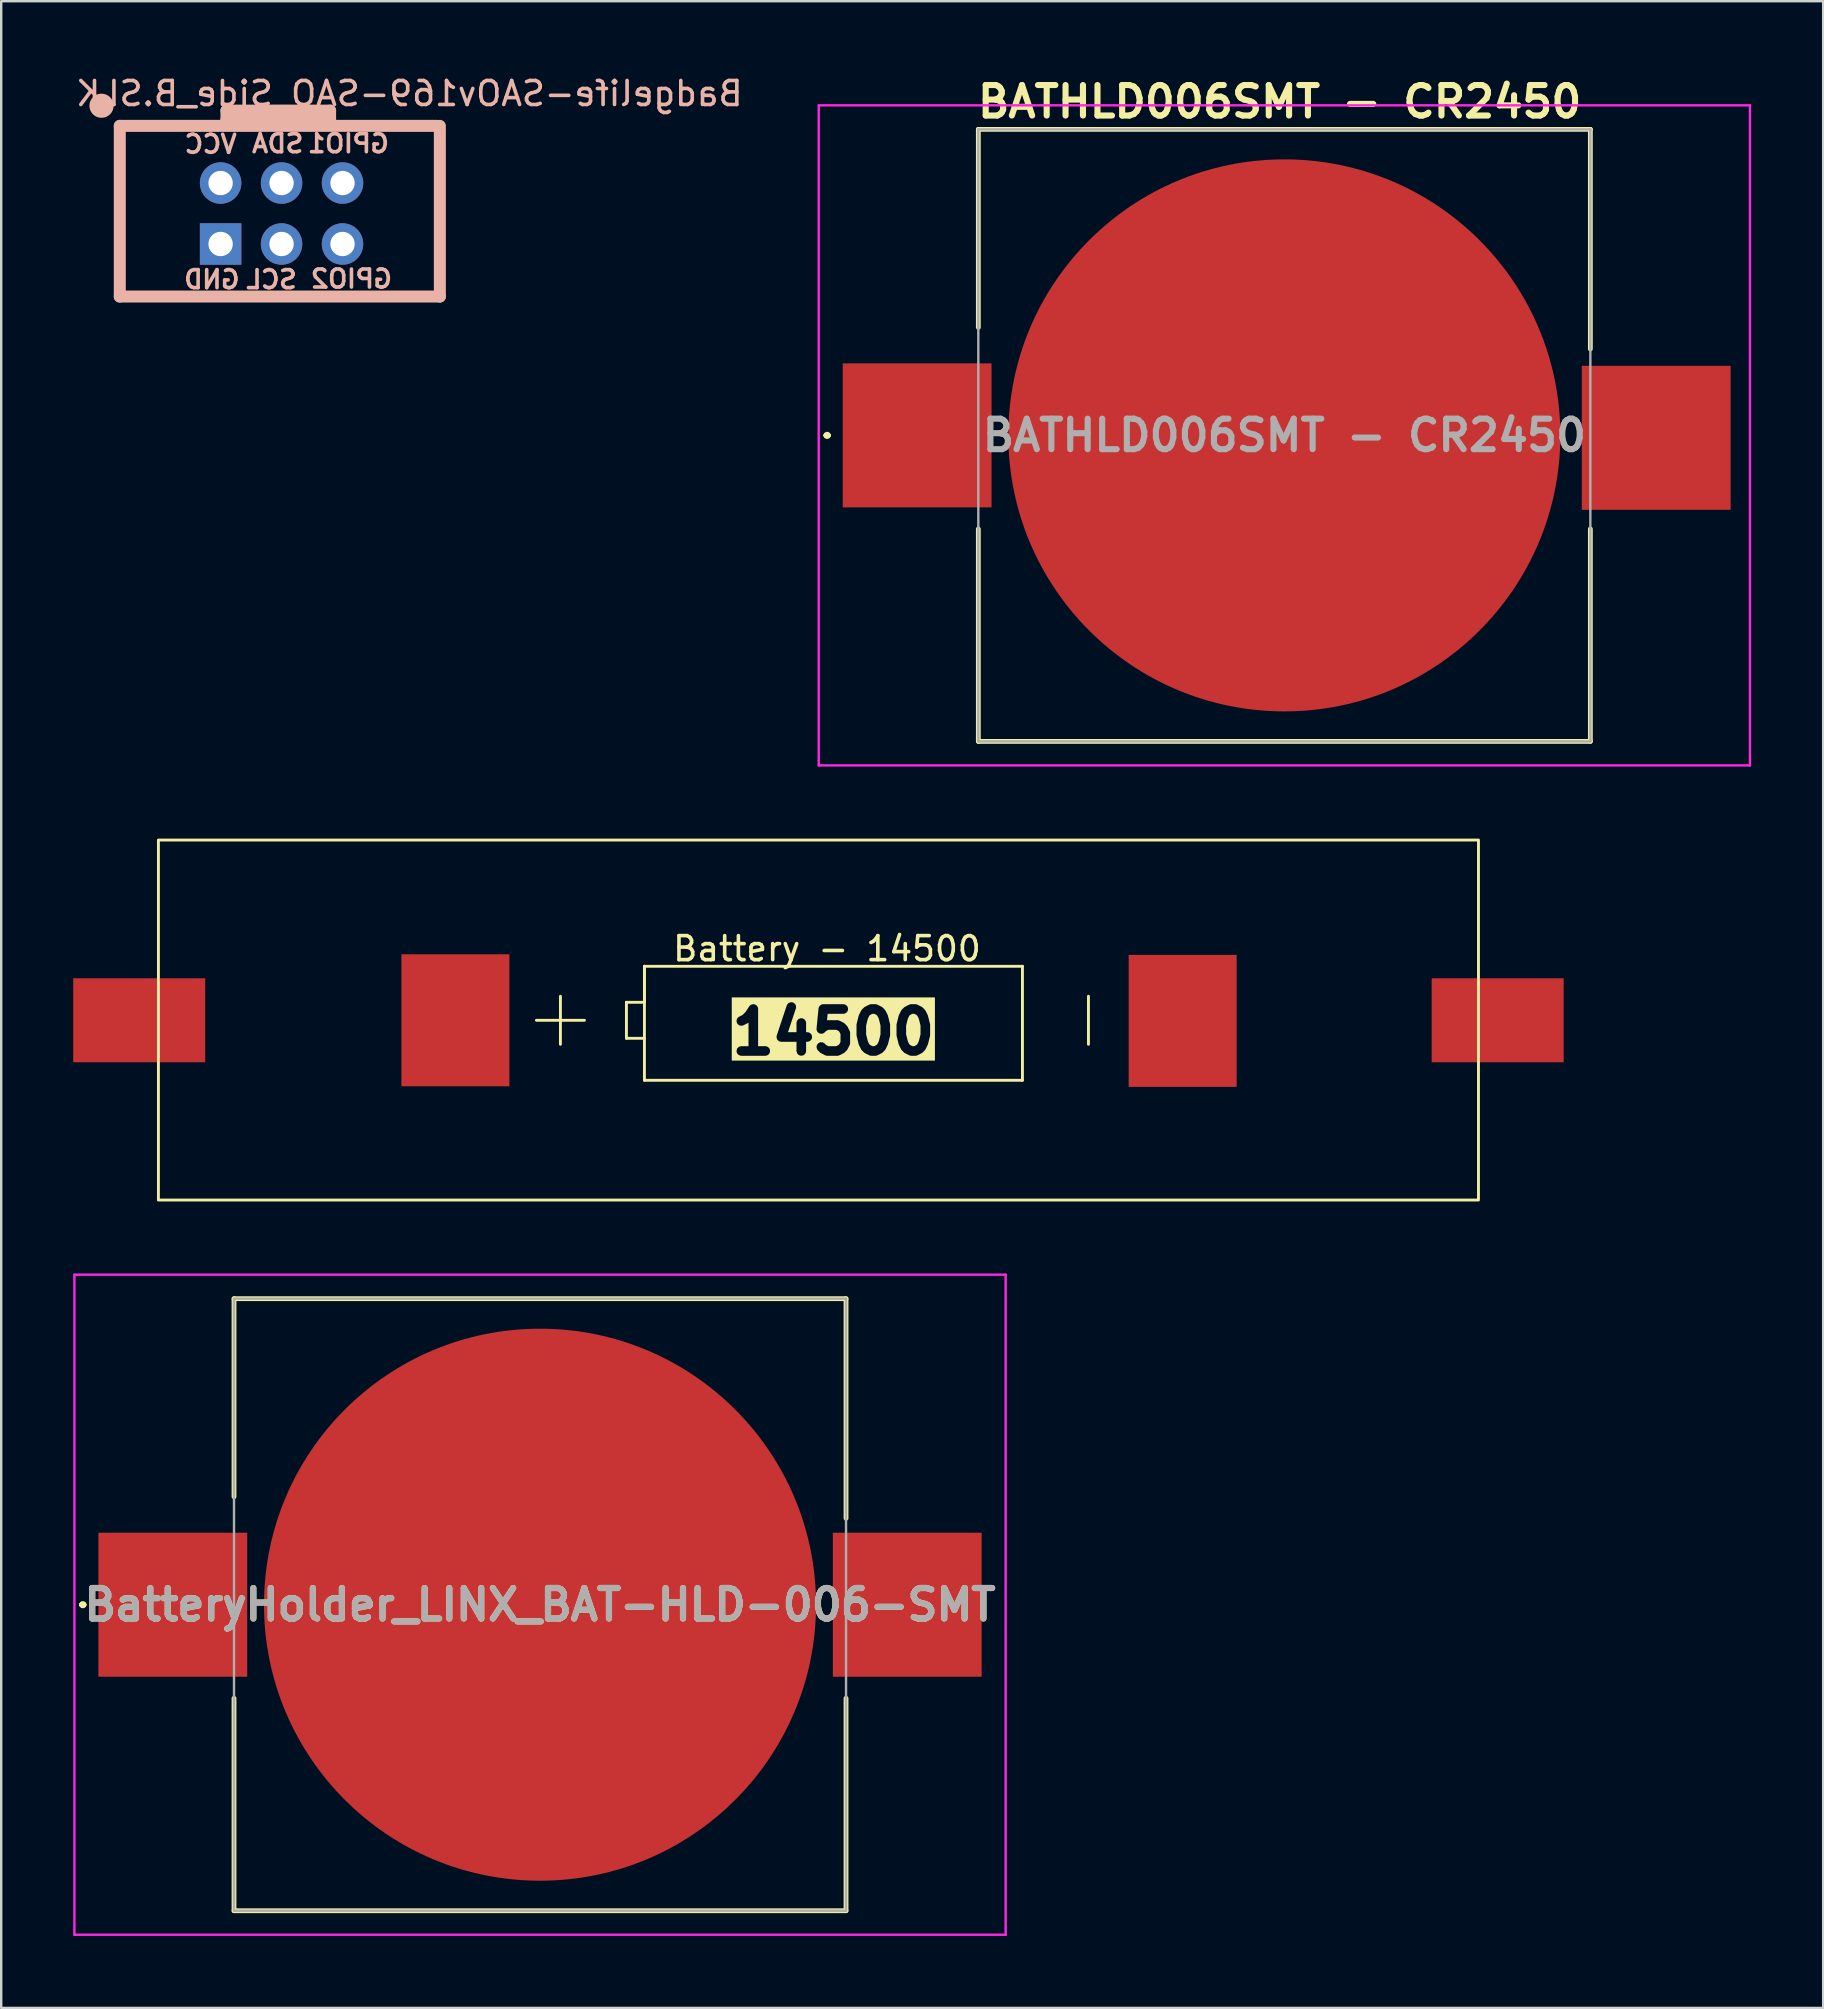
<source format=kicad_pcb>
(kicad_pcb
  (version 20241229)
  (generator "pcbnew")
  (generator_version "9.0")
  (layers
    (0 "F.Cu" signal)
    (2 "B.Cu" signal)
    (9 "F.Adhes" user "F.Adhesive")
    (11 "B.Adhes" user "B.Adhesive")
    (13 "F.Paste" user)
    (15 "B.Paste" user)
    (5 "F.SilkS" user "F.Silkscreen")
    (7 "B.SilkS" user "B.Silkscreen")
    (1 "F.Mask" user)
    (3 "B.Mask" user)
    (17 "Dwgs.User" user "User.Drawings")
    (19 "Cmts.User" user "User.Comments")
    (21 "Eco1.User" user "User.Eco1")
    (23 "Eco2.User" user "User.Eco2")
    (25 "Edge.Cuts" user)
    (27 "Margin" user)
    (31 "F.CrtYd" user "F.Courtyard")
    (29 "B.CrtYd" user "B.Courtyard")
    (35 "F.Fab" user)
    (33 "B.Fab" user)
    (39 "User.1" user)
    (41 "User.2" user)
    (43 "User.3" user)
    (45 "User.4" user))
  (footprint "Battery - 14500"
    (layer "F.Cu")
    (at 31.05 39.45)
    (property "Reference" "Battery - 14500" (at 0.356 -2.972 0) (layer "F.SilkS") (effects (font (size 1 1) (thickness 0.15))))
    (attr smd)
    (fp_line (start -11.75 0.01) (end -9.75 0.01) (stroke (width 0.12) (type solid)) (layer "F.SilkS"))
    (fp_line (start -10.75 -0.99) (end -10.75 1.01) (stroke (width 0.12) (type solid)) (layer "F.SilkS"))
    (fp_line (start -8 -0.74) (end -8 0.76) (stroke (width 0.12) (type solid)) (layer "F.SilkS"))
    (fp_line (start -8 0.76) (end -7.25 0.76) (stroke (width 0.12) (type solid)) (layer "F.SilkS"))
    (fp_line (start -7.25 -2.24) (end -7.25 -0.74) (stroke (width 0.12) (type solid)) (layer "F.SilkS"))
    (fp_line (start -7.25 -2.24) (end 8.5 -2.24) (stroke (width 0.12) (type solid)) (layer "F.SilkS"))
    (fp_line (start -7.25 -0.74) (end -8 -0.74) (stroke (width 0.12) (type solid)) (layer "F.SilkS"))
    (fp_line (start -7.25 2.51) (end -7.25 -2.24) (stroke (width 0.12) (type solid)) (layer "F.SilkS"))
    (fp_line (start 8.5 -2.24) (end 8.5 2.51) (stroke (width 0.12) (type solid)) (layer "F.SilkS"))
    (fp_line (start 8.5 2.51) (end -7.25 2.51) (stroke (width 0.12) (type solid)) (layer "F.SilkS"))
    (fp_line (start 11.25 -0.99) (end 11.25 1.01) (stroke (width 0.12) (type solid)) (layer "F.SilkS"))
    (fp_rect (start -27.5 -7.5) (end 27.5 7.5) (stroke (width 0.12) (type solid)) (fill no) (layer "F.SilkS"))
    (fp_text user "14500" (at -3.81 1.524 0) (unlocked yes) (layer "F.SilkS" knockout) (effects (font (size 1.75 1.75) (thickness 0.4) (bold yes)) (justify left bottom)))
    (pad "1" smd rect (at -28.3 0.01) (size 5.5 3.5) (layers "F.Cu" "F.Mask" "F.Paste"))
    (pad "1" smd rect (at -15.125 0.01) (size 4.5 5.5) (layers "F.Cu" "F.Mask" "F.Paste"))
    (pad "2" smd rect (at 15.175 0.035) (size 4.5 5.5) (layers "F.Cu" "F.Mask" "F.Paste"))
    (pad "2" smd rect (at 28.3 0.01) (size 5.5 3.5) (layers "F.Cu" "F.Mask" "F.Paste")))
  (footprint "BatteryHolder_LINX_BAT-HLD-006-SMT"
    (layer "F.Cu")
    (at 19.45 63.81)
    (property "Reference" "BatteryHolder_LINX_BAT-HLD-006-SMT" (at 0 0 0) (layer "F.SilkS") (effects (font (size 1.27 1.27) (thickness 0.254))))
    (attr smd)
    (fp_line (start -19.1 0) (end -19.1 0) (stroke (width 0.2) (type solid)) (layer "F.SilkS"))
    (fp_line (start -19.1 0) (end -19 0) (stroke (width 0.2) (type solid)) (layer "F.SilkS"))
    (fp_line (start -19 0) (end -19 0) (stroke (width 0.2) (type solid)) (layer "F.SilkS"))
    (fp_line (start -12.75 -12.75) (end 12.75 -12.75) (stroke (width 0.2) (type solid)) (layer "F.SilkS"))
    (fp_line (start -12.75 -4.5) (end -12.75 -12.75) (stroke (width 0.2) (type solid)) (layer "F.SilkS"))
    (fp_line (start -12.75 12.75) (end -12.75 3.9) (stroke (width 0.2) (type solid)) (layer "F.SilkS"))
    (fp_line (start 12.75 -12.75) (end 12.75 -3.6) (stroke (width 0.2) (type solid)) (layer "F.SilkS"))
    (fp_line (start 12.75 3.9) (end 12.75 12.75) (stroke (width 0.2) (type solid)) (layer "F.SilkS"))
    (fp_line (start 12.75 12.75) (end -12.75 12.75) (stroke (width 0.2) (type solid)) (layer "F.SilkS"))
    (fp_arc (start -19.1 0) (mid -19.05 -0.05) (end -19 0) (stroke (width 0.2) (type solid)) (layer "F.SilkS"))
    (fp_arc (start -19 0) (mid -19.05 0.05) (end -19.1 0) (stroke (width 0.2) (type solid)) (layer "F.SilkS"))
    (fp_line (start -19.4 -13.75) (end 19.4 -13.75) (stroke (width 0.1) (type solid)) (layer "F.CrtYd"))
    (fp_line (start -19.4 13.75) (end -19.4 -13.75) (stroke (width 0.1) (type solid)) (layer "F.CrtYd"))
    (fp_line (start 19.4 -13.75) (end 19.4 13.75) (stroke (width 0.1) (type solid)) (layer "F.CrtYd"))
    (fp_line (start 19.4 13.75) (end -19.4 13.75) (stroke (width 0.1) (type solid)) (layer "F.CrtYd"))
    (fp_line (start -12.75 -12.75) (end -12.75 12.75) (stroke (width 0.1) (type solid)) (layer "F.Fab"))
    (fp_line (start -12.75 12.75) (end 12.75 12.75) (stroke (width 0.1) (type solid)) (layer "F.Fab"))
    (fp_line (start 12.75 -12.75) (end -12.75 -12.75) (stroke (width 0.1) (type solid)) (layer "F.Fab"))
    (fp_line (start 12.75 12.75) (end 12.75 -12.75) (stroke (width 0.1) (type solid)) (layer "F.Fab"))
    (fp_text user "${REFERENCE}" (at 0 0 0) (layer "F.Fab") (effects (font (size 1.27 1.27) (thickness 0.254))))
    (pad "1" smd rect (at -15.3 0 90) (size 6 6.2) (layers "F.Cu" "F.Mask" "F.Paste"))
    (pad "2" smd circle (at 0 0 90) (size 23 23) (layers "F.Cu" "F.Mask" "F.Paste"))
    (pad "3" smd rect (at 15.3 0 90) (size 6 6.2) (layers "F.Cu" "F.Mask" "F.Paste")))
  (footprint "Badgelife-SAOv169-SAO_Side_B.SLK"
    (layer "F.Cu")
    (at 8.291 5.928)
    (property "Reference" "Badgelife-SAOv169-SAO_Side_B.SLK" (at 5.715 -5.08 180) (layer "B.SilkS") (effects (font (size 1 1) (thickness 0.15)) (justify mirror)))
    (attr through_hole)
    (fp_line (start -6.35 -3.734) (end -6.35 3.378) (stroke (width 0.5) (type solid)) (layer "B.SilkS"))
    (fp_line (start -6.35 3.378) (end 6.985 3.378) (stroke (width 0.5) (type solid)) (layer "B.SilkS"))
    (fp_line (start -1.905 -4.369) (end -1.905 -3.861) (stroke (width 0.5) (type solid)) (layer "B.SilkS"))
    (fp_line (start -1.905 -3.988) (end 2.413 -3.988) (stroke (width 0.5) (type solid)) (layer "B.SilkS"))
    (fp_line (start 2.413 -4.369) (end -1.905 -4.369) (stroke (width 0.5) (type solid)) (layer "B.SilkS"))
    (fp_line (start 2.413 -3.861) (end 2.413 -4.369) (stroke (width 0.5) (type solid)) (layer "B.SilkS"))
    (fp_line (start 6.858 -3.734) (end -6.35 -3.734) (stroke (width 0.5) (type solid)) (layer "B.SilkS"))
    (fp_line (start 6.985 3.378) (end 6.985 -3.734) (stroke (width 0.5) (type solid)) (layer "B.SilkS"))
    (fp_circle (center -7.112 -4.572) (end -7.366 -4.572) (stroke (width 0.5) (type solid)) (fill no) (layer "B.SilkS"))
    (fp_text user "GPIO1" (at 3.175 -2.997 0) (layer "B.SilkS") (effects (font (size 0.75 0.75) (thickness 0.15)) (justify mirror)))
    (fp_text user "GPIO2" (at 3.302 2.642 0) (layer "B.SilkS") (effects (font (size 0.75 0.75) (thickness 0.15)) (justify mirror)))
    (fp_text user "GND" (at -2.515 2.667 0) (layer "B.SilkS") (effects (font (size 0.75 0.75) (thickness 0.15)) (justify mirror)))
    (fp_text user "SDA" (at 0.229 -2.997 0) (layer "B.SilkS") (effects (font (size 0.75 0.75) (thickness 0.15)) (justify mirror)))
    (fp_text user "SCL" (at -0.025 2.667 0) (layer "B.SilkS") (effects (font (size 0.75 0.75) (thickness 0.15)) (justify mirror)))
    (fp_text user "VCC" (at -2.565 -2.972 0) (layer "B.SilkS") (effects (font (size 0.75 0.75) (thickness 0.15)) (justify mirror)))
    (pad "1" thru_hole oval (at -2.15 -1.352 270) (size 1.727 1.727) (drill 1.016) (layers "*.Cu" "*.Mask"))
    (pad "2" thru_hole rect (at -2.15 1.188 270) (size 1.727 1.727) (drill 1.016) (layers "*.Cu" "*.Mask"))
    (pad "3" thru_hole oval (at 0.39 -1.352 270) (size 1.727 1.727) (drill 1.016) (layers "*.Cu" "*.Mask"))
    (pad "4" thru_hole oval (at 0.39 1.188 270) (size 1.727 1.727) (drill 1.016) (layers "*.Cu" "*.Mask"))
    (pad "5" thru_hole circle (at 2.93 -1.352 270) (size 1.727 1.727) (drill 1.016) (layers "*.Cu" "*.Mask"))
    (pad "6" thru_hole circle (at 2.93 1.188 270) (size 1.727 1.727) (drill 1.016) (layers "*.Cu" "*.Mask")))
  (footprint "BATHLD006SMT - CR2450"
    (layer "F.Cu")
    (at 50.462 15.09)
    (property "Reference" "BATHLD006SMT - CR2450" (at -0.196 -13.901 180) (layer "F.SilkS") (effects (font (size 1.27 1.27) (thickness 0.254))))
    (attr smd)
    (fp_line (start -19.1 0) (end -19.1 0) (stroke (width 0.2) (type solid)) (layer "F.SilkS"))
    (fp_line (start -19.1 0) (end -19 0) (stroke (width 0.2) (type solid)) (layer "F.SilkS"))
    (fp_line (start -19 0) (end -19 0) (stroke (width 0.2) (type solid)) (layer "F.SilkS"))
    (fp_line (start -12.75 -12.75) (end 12.75 -12.75) (stroke (width 0.2) (type solid)) (layer "F.SilkS"))
    (fp_line (start -12.75 -4.5) (end -12.75 -12.75) (stroke (width 0.2) (type solid)) (layer "F.SilkS"))
    (fp_line (start -12.75 12.75) (end -12.75 3.9) (stroke (width 0.2) (type solid)) (layer "F.SilkS"))
    (fp_line (start 12.75 -12.75) (end 12.75 -3.6) (stroke (width 0.2) (type solid)) (layer "F.SilkS"))
    (fp_line (start 12.75 3.9) (end 12.75 12.75) (stroke (width 0.2) (type solid)) (layer "F.SilkS"))
    (fp_line (start 12.75 12.75) (end -12.75 12.75) (stroke (width 0.2) (type solid)) (layer "F.SilkS"))
    (fp_arc (start -19.1 0) (mid -19.05 -0.05) (end -19 0) (stroke (width 0.2) (type solid)) (layer "F.SilkS"))
    (fp_arc (start -19 0) (mid -19.05 0.05) (end -19.1 0) (stroke (width 0.2) (type solid)) (layer "F.SilkS"))
    (fp_line (start -19.4 -13.75) (end 19.4 -13.75) (stroke (width 0.1) (type solid)) (layer "F.CrtYd"))
    (fp_line (start -19.4 13.75) (end -19.4 -13.75) (stroke (width 0.1) (type solid)) (layer "F.CrtYd"))
    (fp_line (start 19.4 -13.75) (end 19.4 13.75) (stroke (width 0.1) (type solid)) (layer "F.CrtYd"))
    (fp_line (start 19.4 13.75) (end -19.4 13.75) (stroke (width 0.1) (type solid)) (layer "F.CrtYd"))
    (fp_line (start -12.75 -12.75) (end -12.75 12.75) (stroke (width 0.1) (type solid)) (layer "F.Fab"))
    (fp_line (start -12.75 12.75) (end 12.75 12.75) (stroke (width 0.1) (type solid)) (layer "F.Fab"))
    (fp_line (start 12.75 -12.75) (end -12.75 -12.75) (stroke (width 0.1) (type solid)) (layer "F.Fab"))
    (fp_line (start 12.75 12.75) (end 12.75 -12.75) (stroke (width 0.1) (type solid)) (layer "F.Fab"))
    (fp_text user "${REFERENCE}" (at 0 0 180) (layer "F.Fab") (effects (font (size 1.27 1.27) (thickness 0.254))))
    (pad "1" smd rect (at -15.3 0 90) (size 6 6.2) (layers "F.Cu" "F.Mask" "F.Paste"))
    (pad "1" smd rect (at 15.494 0.102 90) (size 6 6.2) (layers "F.Cu" "F.Mask" "F.Paste"))
    (pad "2" smd circle (at 0 0 90) (size 23 23) (layers "F.Cu" "F.Mask" "F.Paste")))
  (gr_rect
    (start -3 -3)
    (end 72.912 80.61)
    (stroke (width 0.1) (type default))
    (fill no)
    (layer "Edge.Cuts")))
</source>
